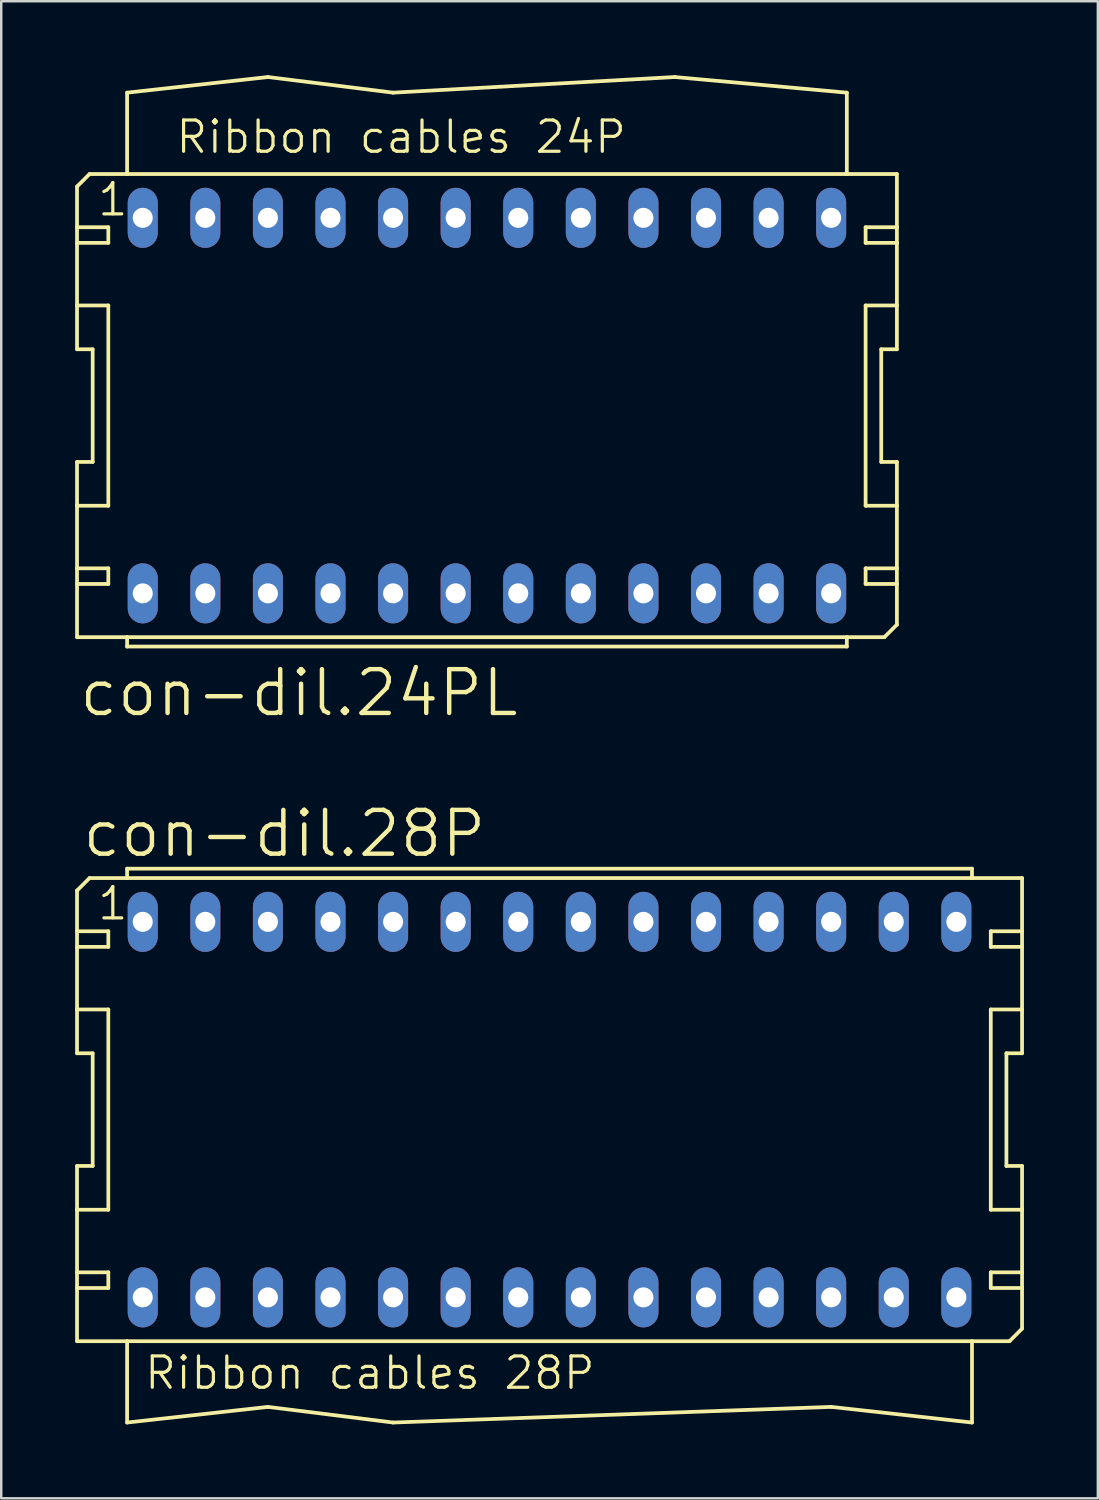
<source format=kicad_pcb>
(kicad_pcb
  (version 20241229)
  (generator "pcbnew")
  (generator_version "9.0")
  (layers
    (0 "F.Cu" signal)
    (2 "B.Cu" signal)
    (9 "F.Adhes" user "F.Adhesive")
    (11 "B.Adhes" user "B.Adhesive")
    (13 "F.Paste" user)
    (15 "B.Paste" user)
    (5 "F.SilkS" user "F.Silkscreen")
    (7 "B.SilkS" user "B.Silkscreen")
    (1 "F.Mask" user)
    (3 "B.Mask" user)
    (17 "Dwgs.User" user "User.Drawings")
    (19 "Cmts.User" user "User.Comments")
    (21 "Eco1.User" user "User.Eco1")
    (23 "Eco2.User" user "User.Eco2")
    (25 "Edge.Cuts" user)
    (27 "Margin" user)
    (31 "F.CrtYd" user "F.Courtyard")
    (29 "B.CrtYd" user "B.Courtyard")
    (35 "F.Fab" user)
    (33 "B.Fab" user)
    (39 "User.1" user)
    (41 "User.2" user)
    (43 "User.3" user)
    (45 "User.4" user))
  (footprint "con-dil.28P"
    (layer "F.Cu")
    (at 19.253 41.983)
    (property "Reference" "con-dil.28P" (at -19.05 -10.16 0) (layer "F.SilkS") (effects (font (size 1.778 1.778) (thickness 0.18)) (justify left bottom)))
    (attr through_hole)
    (fp_line (start -19.177 -8.89) (end -19.177 -7.239) (stroke (width 0.152) (type default)) (layer "F.SilkS"))
    (fp_line (start -19.177 -7.239) (end -17.907 -7.239) (stroke (width 0.152) (type default)) (layer "F.SilkS"))
    (fp_line (start -19.177 -6.604) (end -19.177 -7.239) (stroke (width 0.152) (type default)) (layer "F.SilkS"))
    (fp_line (start -19.177 -6.604) (end -19.177 -4.064) (stroke (width 0.152) (type default)) (layer "F.SilkS"))
    (fp_line (start -19.177 -6.604) (end -17.907 -6.604) (stroke (width 0.152) (type default)) (layer "F.SilkS"))
    (fp_line (start -19.177 -4.064) (end -19.177 -2.286) (stroke (width 0.152) (type default)) (layer "F.SilkS"))
    (fp_line (start -19.177 -4.064) (end -17.907 -4.064) (stroke (width 0.152) (type default)) (layer "F.SilkS"))
    (fp_line (start -19.177 -2.286) (end -18.542 -2.286) (stroke (width 0.152) (type default)) (layer "F.SilkS"))
    (fp_line (start -19.177 2.286) (end -19.177 4.064) (stroke (width 0.152) (type default)) (layer "F.SilkS"))
    (fp_line (start -19.177 4.064) (end -19.177 6.604) (stroke (width 0.152) (type default)) (layer "F.SilkS"))
    (fp_line (start -19.177 6.604) (end -19.177 7.239) (stroke (width 0.152) (type default)) (layer "F.SilkS"))
    (fp_line (start -19.177 6.604) (end -17.907 6.604) (stroke (width 0.152) (type default)) (layer "F.SilkS"))
    (fp_line (start -19.177 7.239) (end -19.177 9.398) (stroke (width 0.152) (type default)) (layer "F.SilkS"))
    (fp_line (start -18.669 -9.398) (end -19.177 -8.89) (stroke (width 0.152) (type default)) (layer "F.SilkS"))
    (fp_line (start -18.669 -9.398) (end -17.145 -9.398) (stroke (width 0.152) (type default)) (layer "F.SilkS"))
    (fp_line (start -18.542 2.286) (end -19.177 2.286) (stroke (width 0.152) (type default)) (layer "F.SilkS"))
    (fp_line (start -18.542 2.286) (end -18.542 -2.286) (stroke (width 0.152) (type default)) (layer "F.SilkS"))
    (fp_line (start -17.907 -6.604) (end -17.907 -7.239) (stroke (width 0.152) (type default)) (layer "F.SilkS"))
    (fp_line (start -17.907 4.064) (end -19.177 4.064) (stroke (width 0.152) (type default)) (layer "F.SilkS"))
    (fp_line (start -17.907 4.064) (end -17.907 -4.064) (stroke (width 0.152) (type default)) (layer "F.SilkS"))
    (fp_line (start -17.907 7.239) (end -19.177 7.239) (stroke (width 0.152) (type default)) (layer "F.SilkS"))
    (fp_line (start -17.907 7.239) (end -17.907 6.604) (stroke (width 0.152) (type default)) (layer "F.SilkS"))
    (fp_line (start -17.145 -9.779) (end 17.145 -9.779) (stroke (width 0.152) (type default)) (layer "F.SilkS"))
    (fp_line (start -17.145 -9.398) (end -17.145 -9.779) (stroke (width 0.152) (type default)) (layer "F.SilkS"))
    (fp_line (start -17.145 -9.398) (end 17.145 -9.398) (stroke (width 0.152) (type default)) (layer "F.SilkS"))
    (fp_line (start -17.145 9.398) (end -19.177 9.398) (stroke (width 0.152) (type default)) (layer "F.SilkS"))
    (fp_line (start -17.145 9.398) (end -17.145 12.7) (stroke (width 0.152) (type default)) (layer "F.SilkS"))
    (fp_line (start -17.145 12.7) (end -11.43 12.065) (stroke (width 0.152) (type default)) (layer "F.SilkS"))
    (fp_line (start -11.43 12.065) (end -6.35 12.7) (stroke (width 0.152) (type default)) (layer "F.SilkS"))
    (fp_line (start -6.35 12.7) (end 11.43 12.065) (stroke (width 0.152) (type default)) (layer "F.SilkS"))
    (fp_line (start 11.43 12.065) (end 17.145 12.7) (stroke (width 0.152) (type default)) (layer "F.SilkS"))
    (fp_line (start 17.145 -9.779) (end 17.145 -9.398) (stroke (width 0.152) (type default)) (layer "F.SilkS"))
    (fp_line (start 17.145 -9.398) (end 19.177 -9.398) (stroke (width 0.152) (type default)) (layer "F.SilkS"))
    (fp_line (start 17.145 9.398) (end -17.145 9.398) (stroke (width 0.152) (type default)) (layer "F.SilkS"))
    (fp_line (start 17.145 12.7) (end 17.145 9.398) (stroke (width 0.152) (type default)) (layer "F.SilkS"))
    (fp_line (start 17.907 -7.239) (end 17.907 -6.604) (stroke (width 0.152) (type default)) (layer "F.SilkS"))
    (fp_line (start 17.907 -7.239) (end 19.177 -7.239) (stroke (width 0.152) (type default)) (layer "F.SilkS"))
    (fp_line (start 17.907 -4.064) (end 17.907 4.064) (stroke (width 0.152) (type default)) (layer "F.SilkS"))
    (fp_line (start 17.907 -4.064) (end 19.177 -4.064) (stroke (width 0.152) (type default)) (layer "F.SilkS"))
    (fp_line (start 17.907 6.604) (end 17.907 7.239) (stroke (width 0.152) (type default)) (layer "F.SilkS"))
    (fp_line (start 17.907 6.604) (end 19.177 6.604) (stroke (width 0.152) (type default)) (layer "F.SilkS"))
    (fp_line (start 18.542 -2.286) (end 18.542 2.286) (stroke (width 0.152) (type default)) (layer "F.SilkS"))
    (fp_line (start 18.542 -2.286) (end 19.177 -2.286) (stroke (width 0.152) (type default)) (layer "F.SilkS"))
    (fp_line (start 18.669 9.398) (end 17.145 9.398) (stroke (width 0.152) (type default)) (layer "F.SilkS"))
    (fp_line (start 19.177 -9.398) (end 19.177 -7.239) (stroke (width 0.152) (type default)) (layer "F.SilkS"))
    (fp_line (start 19.177 -7.239) (end 19.177 -6.604) (stroke (width 0.152) (type default)) (layer "F.SilkS"))
    (fp_line (start 19.177 -6.604) (end 17.907 -6.604) (stroke (width 0.152) (type default)) (layer "F.SilkS"))
    (fp_line (start 19.177 -6.604) (end 19.177 -4.064) (stroke (width 0.152) (type default)) (layer "F.SilkS"))
    (fp_line (start 19.177 -4.064) (end 19.177 -2.286) (stroke (width 0.152) (type default)) (layer "F.SilkS"))
    (fp_line (start 19.177 2.286) (end 18.542 2.286) (stroke (width 0.152) (type default)) (layer "F.SilkS"))
    (fp_line (start 19.177 2.286) (end 19.177 4.064) (stroke (width 0.152) (type default)) (layer "F.SilkS"))
    (fp_line (start 19.177 4.064) (end 17.907 4.064) (stroke (width 0.152) (type default)) (layer "F.SilkS"))
    (fp_line (start 19.177 4.064) (end 19.177 6.604) (stroke (width 0.152) (type default)) (layer "F.SilkS"))
    (fp_line (start 19.177 6.604) (end 19.177 7.239) (stroke (width 0.152) (type default)) (layer "F.SilkS"))
    (fp_line (start 19.177 7.239) (end 17.907 7.239) (stroke (width 0.152) (type default)) (layer "F.SilkS"))
    (fp_line (start 19.177 7.239) (end 19.177 8.89) (stroke (width 0.152) (type default)) (layer "F.SilkS"))
    (fp_line (start 19.177 8.89) (end 18.669 9.398) (stroke (width 0.152) (type default)) (layer "F.SilkS"))
    (fp_text user "Ribbon cables 28P" (at -16.51 11.43 0) (layer "F.SilkS") (effects (font (size 1.27 1.27) (thickness 0.13)) (justify left bottom)))
    (fp_text user "1" (at -18.415 -7.62 0) (layer "F.SilkS") (effects (font (size 1.27 1.27) (thickness 0.13)) (justify left bottom)))
    (pad "1" thru_hole oval (at -16.51 -7.62 90) (size 2.438 1.219) (drill 0.813) (layers "*.Cu" "*.Mask"))
    (pad "2" thru_hole oval (at -16.51 7.62 90) (size 2.438 1.219) (drill 0.813) (layers "*.Cu" "*.Mask"))
    (pad "3" thru_hole oval (at -13.97 -7.62 90) (size 2.438 1.219) (drill 0.813) (layers "*.Cu" "*.Mask"))
    (pad "4" thru_hole oval (at -13.97 7.62 90) (size 2.438 1.219) (drill 0.813) (layers "*.Cu" "*.Mask"))
    (pad "5" thru_hole oval (at -11.43 -7.62 90) (size 2.438 1.219) (drill 0.813) (layers "*.Cu" "*.Mask"))
    (pad "6" thru_hole oval (at -11.43 7.62 90) (size 2.438 1.219) (drill 0.813) (layers "*.Cu" "*.Mask"))
    (pad "7" thru_hole oval (at -8.89 -7.62 90) (size 2.438 1.219) (drill 0.813) (layers "*.Cu" "*.Mask"))
    (pad "8" thru_hole oval (at -8.89 7.62 90) (size 2.438 1.219) (drill 0.813) (layers "*.Cu" "*.Mask"))
    (pad "9" thru_hole oval (at -6.35 -7.62 90) (size 2.438 1.219) (drill 0.813) (layers "*.Cu" "*.Mask"))
    (pad "10" thru_hole oval (at -6.35 7.62 90) (size 2.438 1.219) (drill 0.813) (layers "*.Cu" "*.Mask"))
    (pad "11" thru_hole oval (at -3.81 -7.62 90) (size 2.438 1.219) (drill 0.813) (layers "*.Cu" "*.Mask"))
    (pad "12" thru_hole oval (at -3.81 7.62 90) (size 2.438 1.219) (drill 0.813) (layers "*.Cu" "*.Mask"))
    (pad "13" thru_hole oval (at -1.27 -7.62 90) (size 2.438 1.219) (drill 0.813) (layers "*.Cu" "*.Mask"))
    (pad "14" thru_hole oval (at -1.27 7.62 90) (size 2.438 1.219) (drill 0.813) (layers "*.Cu" "*.Mask"))
    (pad "15" thru_hole oval (at 1.27 -7.62 90) (size 2.438 1.219) (drill 0.813) (layers "*.Cu" "*.Mask"))
    (pad "16" thru_hole oval (at 1.27 7.62 90) (size 2.438 1.219) (drill 0.813) (layers "*.Cu" "*.Mask"))
    (pad "17" thru_hole oval (at 3.81 -7.62 90) (size 2.438 1.219) (drill 0.813) (layers "*.Cu" "*.Mask"))
    (pad "18" thru_hole oval (at 3.81 7.62 90) (size 2.438 1.219) (drill 0.813) (layers "*.Cu" "*.Mask"))
    (pad "19" thru_hole oval (at 6.35 -7.62 90) (size 2.438 1.219) (drill 0.813) (layers "*.Cu" "*.Mask"))
    (pad "20" thru_hole oval (at 6.35 7.62 90) (size 2.438 1.219) (drill 0.813) (layers "*.Cu" "*.Mask"))
    (pad "21" thru_hole oval (at 8.89 -7.62 90) (size 2.438 1.219) (drill 0.813) (layers "*.Cu" "*.Mask"))
    (pad "22" thru_hole oval (at 8.89 7.62 90) (size 2.438 1.219) (drill 0.813) (layers "*.Cu" "*.Mask"))
    (pad "23" thru_hole oval (at 11.43 -7.62 90) (size 2.438 1.219) (drill 0.813) (layers "*.Cu" "*.Mask"))
    (pad "24" thru_hole oval (at 11.43 7.62 90) (size 2.438 1.219) (drill 0.813) (layers "*.Cu" "*.Mask"))
    (pad "25" thru_hole oval (at 13.97 -7.62 90) (size 2.438 1.219) (drill 0.813) (layers "*.Cu" "*.Mask"))
    (pad "26" thru_hole oval (at 13.97 7.62 90) (size 2.438 1.219) (drill 0.813) (layers "*.Cu" "*.Mask"))
    (pad "27" thru_hole oval (at 16.51 -7.62 90) (size 2.438 1.219) (drill 0.813) (layers "*.Cu" "*.Mask"))
    (pad "28" thru_hole oval (at 16.51 7.62 90) (size 2.438 1.219) (drill 0.813) (layers "*.Cu" "*.Mask")))
  (footprint "con-dil.24PL"
    (layer "F.Cu")
    (at 16.713 13.411)
    (property "Reference" "con-dil.24PL" (at -16.637 12.7 0) (layer "F.SilkS") (effects (font (size 1.778 1.778) (thickness 0.18)) (justify left bottom)))
    (attr through_hole)
    (fp_line (start -16.637 -8.89) (end -16.637 -7.239) (stroke (width 0.152) (type default)) (layer "F.SilkS"))
    (fp_line (start -16.637 -7.239) (end -15.367 -7.239) (stroke (width 0.152) (type default)) (layer "F.SilkS"))
    (fp_line (start -16.637 -6.604) (end -16.637 -7.239) (stroke (width 0.152) (type default)) (layer "F.SilkS"))
    (fp_line (start -16.637 -6.604) (end -16.637 -4.064) (stroke (width 0.152) (type default)) (layer "F.SilkS"))
    (fp_line (start -16.637 -6.604) (end -15.367 -6.604) (stroke (width 0.152) (type default)) (layer "F.SilkS"))
    (fp_line (start -16.637 -4.064) (end -16.637 -2.286) (stroke (width 0.152) (type default)) (layer "F.SilkS"))
    (fp_line (start -16.637 -4.064) (end -15.367 -4.064) (stroke (width 0.152) (type default)) (layer "F.SilkS"))
    (fp_line (start -16.637 -2.286) (end -16.002 -2.286) (stroke (width 0.152) (type default)) (layer "F.SilkS"))
    (fp_line (start -16.637 2.286) (end -16.637 4.064) (stroke (width 0.152) (type default)) (layer "F.SilkS"))
    (fp_line (start -16.637 4.064) (end -16.637 6.604) (stroke (width 0.152) (type default)) (layer "F.SilkS"))
    (fp_line (start -16.637 6.604) (end -16.637 7.239) (stroke (width 0.152) (type default)) (layer "F.SilkS"))
    (fp_line (start -16.637 6.604) (end -15.367 6.604) (stroke (width 0.152) (type default)) (layer "F.SilkS"))
    (fp_line (start -16.637 7.239) (end -16.637 9.398) (stroke (width 0.152) (type default)) (layer "F.SilkS"))
    (fp_line (start -16.129 -9.398) (end -16.637 -8.89) (stroke (width 0.152) (type default)) (layer "F.SilkS"))
    (fp_line (start -16.129 -9.398) (end -14.605 -9.398) (stroke (width 0.152) (type default)) (layer "F.SilkS"))
    (fp_line (start -16.002 2.286) (end -16.637 2.286) (stroke (width 0.152) (type default)) (layer "F.SilkS"))
    (fp_line (start -16.002 2.286) (end -16.002 -2.286) (stroke (width 0.152) (type default)) (layer "F.SilkS"))
    (fp_line (start -15.367 -6.604) (end -15.367 -7.239) (stroke (width 0.152) (type default)) (layer "F.SilkS"))
    (fp_line (start -15.367 4.064) (end -16.637 4.064) (stroke (width 0.152) (type default)) (layer "F.SilkS"))
    (fp_line (start -15.367 4.064) (end -15.367 -4.064) (stroke (width 0.152) (type default)) (layer "F.SilkS"))
    (fp_line (start -15.367 7.239) (end -16.637 7.239) (stroke (width 0.152) (type default)) (layer "F.SilkS"))
    (fp_line (start -15.367 7.239) (end -15.367 6.604) (stroke (width 0.152) (type default)) (layer "F.SilkS"))
    (fp_line (start -14.605 -12.7) (end -14.605 -9.398) (stroke (width 0.152) (type default)) (layer "F.SilkS"))
    (fp_line (start -14.605 -12.7) (end -8.89 -13.335) (stroke (width 0.152) (type default)) (layer "F.SilkS"))
    (fp_line (start -14.605 -9.398) (end 14.605 -9.398) (stroke (width 0.152) (type default)) (layer "F.SilkS"))
    (fp_line (start -14.605 9.398) (end -16.637 9.398) (stroke (width 0.152) (type default)) (layer "F.SilkS"))
    (fp_line (start -14.605 9.779) (end -14.605 9.398) (stroke (width 0.152) (type default)) (layer "F.SilkS"))
    (fp_line (start -14.605 9.779) (end 14.605 9.779) (stroke (width 0.152) (type default)) (layer "F.SilkS"))
    (fp_line (start -8.89 -13.335) (end -3.81 -12.7) (stroke (width 0.152) (type default)) (layer "F.SilkS"))
    (fp_line (start -3.81 -12.7) (end 7.62 -13.335) (stroke (width 0.152) (type default)) (layer "F.SilkS"))
    (fp_line (start 7.62 -13.335) (end 14.605 -12.7) (stroke (width 0.152) (type default)) (layer "F.SilkS"))
    (fp_line (start 14.605 -12.7) (end 14.605 -9.398) (stroke (width 0.152) (type default)) (layer "F.SilkS"))
    (fp_line (start 14.605 -9.398) (end 16.637 -9.398) (stroke (width 0.152) (type default)) (layer "F.SilkS"))
    (fp_line (start 14.605 9.398) (end -14.605 9.398) (stroke (width 0.152) (type default)) (layer "F.SilkS"))
    (fp_line (start 14.605 9.398) (end 14.605 9.779) (stroke (width 0.152) (type default)) (layer "F.SilkS"))
    (fp_line (start 15.367 -7.239) (end 15.367 -6.604) (stroke (width 0.152) (type default)) (layer "F.SilkS"))
    (fp_line (start 15.367 -7.239) (end 16.637 -7.239) (stroke (width 0.152) (type default)) (layer "F.SilkS"))
    (fp_line (start 15.367 -4.064) (end 15.367 4.064) (stroke (width 0.152) (type default)) (layer "F.SilkS"))
    (fp_line (start 15.367 -4.064) (end 16.637 -4.064) (stroke (width 0.152) (type default)) (layer "F.SilkS"))
    (fp_line (start 15.367 6.604) (end 15.367 7.239) (stroke (width 0.152) (type default)) (layer "F.SilkS"))
    (fp_line (start 15.367 6.604) (end 16.637 6.604) (stroke (width 0.152) (type default)) (layer "F.SilkS"))
    (fp_line (start 16.002 -2.286) (end 16.002 2.286) (stroke (width 0.152) (type default)) (layer "F.SilkS"))
    (fp_line (start 16.002 -2.286) (end 16.637 -2.286) (stroke (width 0.152) (type default)) (layer "F.SilkS"))
    (fp_line (start 16.129 9.398) (end 14.605 9.398) (stroke (width 0.152) (type default)) (layer "F.SilkS"))
    (fp_line (start 16.637 -9.398) (end 16.637 -7.239) (stroke (width 0.152) (type default)) (layer "F.SilkS"))
    (fp_line (start 16.637 -7.239) (end 16.637 -6.604) (stroke (width 0.152) (type default)) (layer "F.SilkS"))
    (fp_line (start 16.637 -6.604) (end 15.367 -6.604) (stroke (width 0.152) (type default)) (layer "F.SilkS"))
    (fp_line (start 16.637 -6.604) (end 16.637 -4.064) (stroke (width 0.152) (type default)) (layer "F.SilkS"))
    (fp_line (start 16.637 -4.064) (end 16.637 -2.286) (stroke (width 0.152) (type default)) (layer "F.SilkS"))
    (fp_line (start 16.637 2.286) (end 16.002 2.286) (stroke (width 0.152) (type default)) (layer "F.SilkS"))
    (fp_line (start 16.637 2.286) (end 16.637 4.064) (stroke (width 0.152) (type default)) (layer "F.SilkS"))
    (fp_line (start 16.637 4.064) (end 15.367 4.064) (stroke (width 0.152) (type default)) (layer "F.SilkS"))
    (fp_line (start 16.637 4.064) (end 16.637 6.604) (stroke (width 0.152) (type default)) (layer "F.SilkS"))
    (fp_line (start 16.637 6.604) (end 16.637 7.239) (stroke (width 0.152) (type default)) (layer "F.SilkS"))
    (fp_line (start 16.637 7.239) (end 15.367 7.239) (stroke (width 0.152) (type default)) (layer "F.SilkS"))
    (fp_line (start 16.637 7.239) (end 16.637 8.89) (stroke (width 0.152) (type default)) (layer "F.SilkS"))
    (fp_line (start 16.637 8.89) (end 16.129 9.398) (stroke (width 0.152) (type default)) (layer "F.SilkS"))
    (fp_text user "Ribbon cables 24P" (at -12.7 -10.16 0) (layer "F.SilkS") (effects (font (size 1.27 1.27) (thickness 0.13)) (justify left bottom)))
    (fp_text user "1" (at -15.875 -7.62 0) (layer "F.SilkS") (effects (font (size 1.27 1.27) (thickness 0.13)) (justify left bottom)))
    (pad "1" thru_hole oval (at -13.97 -7.62 90) (size 2.438 1.219) (drill 0.813) (layers "*.Cu" "*.Mask"))
    (pad "2" thru_hole oval (at -13.97 7.62 90) (size 2.438 1.219) (drill 0.813) (layers "*.Cu" "*.Mask"))
    (pad "3" thru_hole oval (at -11.43 -7.62 90) (size 2.438 1.219) (drill 0.813) (layers "*.Cu" "*.Mask"))
    (pad "4" thru_hole oval (at -11.43 7.62 90) (size 2.438 1.219) (drill 0.813) (layers "*.Cu" "*.Mask"))
    (pad "5" thru_hole oval (at -8.89 -7.62 90) (size 2.438 1.219) (drill 0.813) (layers "*.Cu" "*.Mask"))
    (pad "6" thru_hole oval (at -8.89 7.62 90) (size 2.438 1.219) (drill 0.813) (layers "*.Cu" "*.Mask"))
    (pad "7" thru_hole oval (at -6.35 -7.62 90) (size 2.438 1.219) (drill 0.813) (layers "*.Cu" "*.Mask"))
    (pad "8" thru_hole oval (at -6.35 7.62 90) (size 2.438 1.219) (drill 0.813) (layers "*.Cu" "*.Mask"))
    (pad "9" thru_hole oval (at -3.81 -7.62 90) (size 2.438 1.219) (drill 0.813) (layers "*.Cu" "*.Mask"))
    (pad "10" thru_hole oval (at -3.81 7.62 90) (size 2.438 1.219) (drill 0.813) (layers "*.Cu" "*.Mask"))
    (pad "11" thru_hole oval (at -1.27 -7.62 90) (size 2.438 1.219) (drill 0.813) (layers "*.Cu" "*.Mask"))
    (pad "12" thru_hole oval (at -1.27 7.62 90) (size 2.438 1.219) (drill 0.813) (layers "*.Cu" "*.Mask"))
    (pad "13" thru_hole oval (at 1.27 -7.62 90) (size 2.438 1.219) (drill 0.813) (layers "*.Cu" "*.Mask"))
    (pad "14" thru_hole oval (at 1.27 7.62 90) (size 2.438 1.219) (drill 0.813) (layers "*.Cu" "*.Mask"))
    (pad "15" thru_hole oval (at 3.81 -7.62 90) (size 2.438 1.219) (drill 0.813) (layers "*.Cu" "*.Mask"))
    (pad "16" thru_hole oval (at 3.81 7.62 90) (size 2.438 1.219) (drill 0.813) (layers "*.Cu" "*.Mask"))
    (pad "17" thru_hole oval (at 6.35 -7.62 90) (size 2.438 1.219) (drill 0.813) (layers "*.Cu" "*.Mask"))
    (pad "18" thru_hole oval (at 6.35 7.62 90) (size 2.438 1.219) (drill 0.813) (layers "*.Cu" "*.Mask"))
    (pad "19" thru_hole oval (at 8.89 -7.62 90) (size 2.438 1.219) (drill 0.813) (layers "*.Cu" "*.Mask"))
    (pad "20" thru_hole oval (at 8.89 7.62 90) (size 2.438 1.219) (drill 0.813) (layers "*.Cu" "*.Mask"))
    (pad "21" thru_hole oval (at 11.43 -7.62 90) (size 2.438 1.219) (drill 0.813) (layers "*.Cu" "*.Mask"))
    (pad "22" thru_hole oval (at 11.43 7.62 90) (size 2.438 1.219) (drill 0.813) (layers "*.Cu" "*.Mask"))
    (pad "23" thru_hole oval (at 13.97 -7.62 90) (size 2.438 1.219) (drill 0.813) (layers "*.Cu" "*.Mask"))
    (pad "24" thru_hole oval (at 13.97 7.62 90) (size 2.438 1.219) (drill 0.813) (layers "*.Cu" "*.Mask")))
  (gr_rect
    (start -3 -3)
    (end 41.506 57.759)
    (stroke (width 0.1) (type default))
    (fill no)
    (layer "Edge.Cuts")))
</source>
